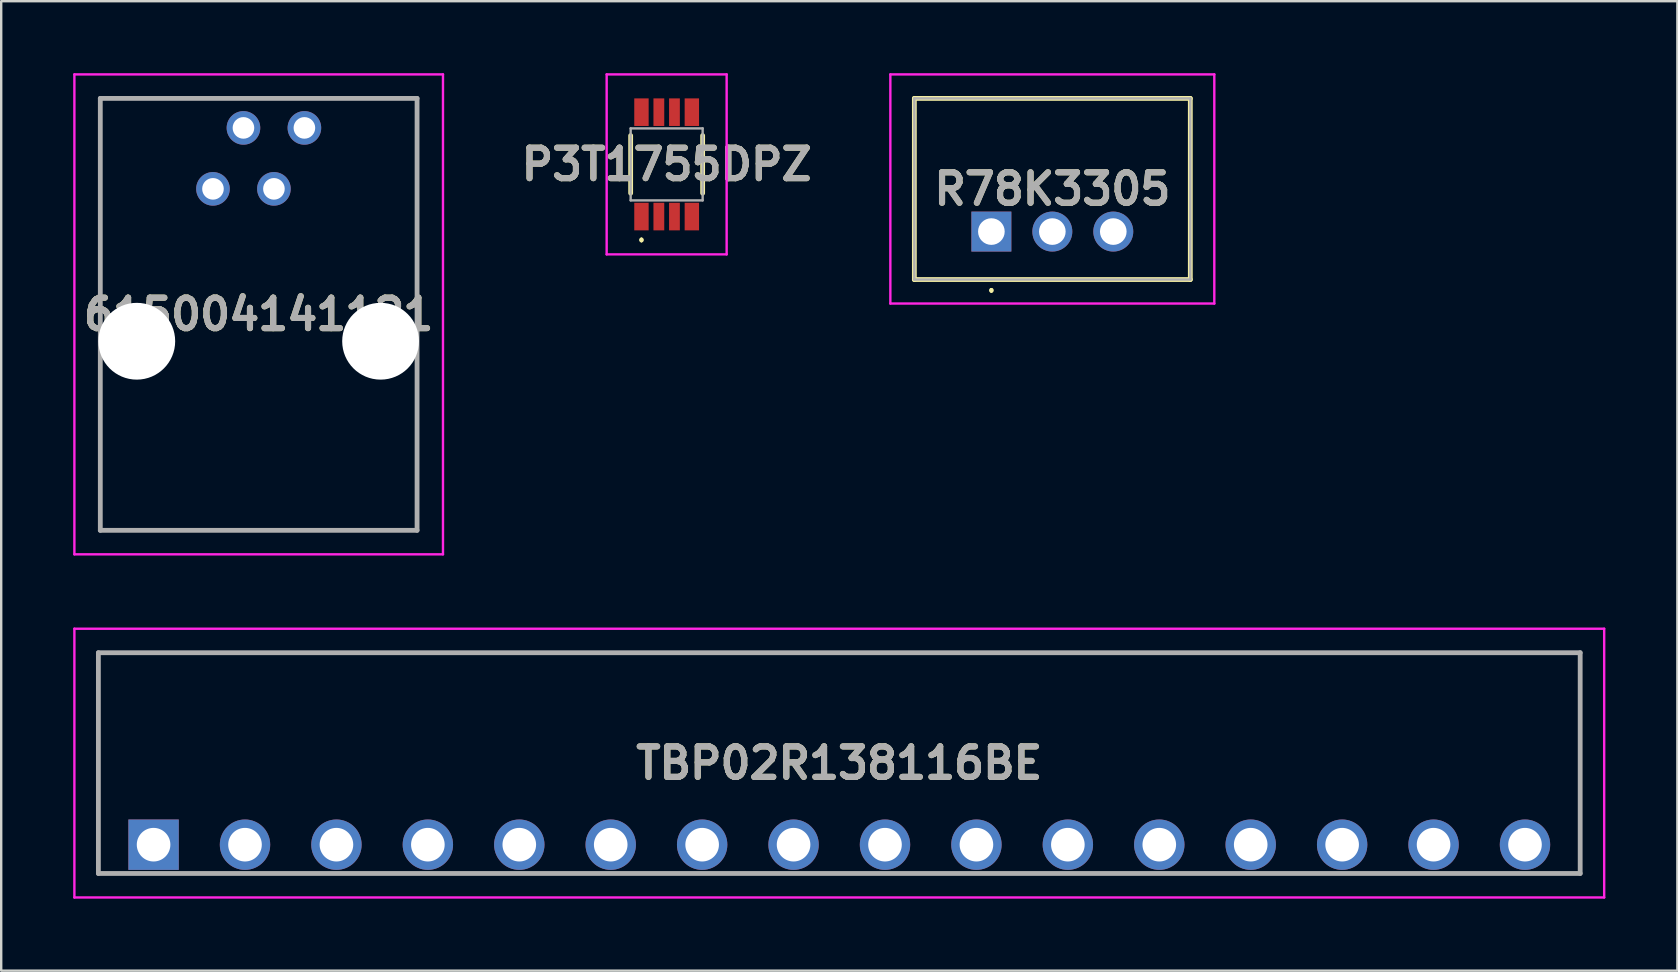
<source format=kicad_pcb>
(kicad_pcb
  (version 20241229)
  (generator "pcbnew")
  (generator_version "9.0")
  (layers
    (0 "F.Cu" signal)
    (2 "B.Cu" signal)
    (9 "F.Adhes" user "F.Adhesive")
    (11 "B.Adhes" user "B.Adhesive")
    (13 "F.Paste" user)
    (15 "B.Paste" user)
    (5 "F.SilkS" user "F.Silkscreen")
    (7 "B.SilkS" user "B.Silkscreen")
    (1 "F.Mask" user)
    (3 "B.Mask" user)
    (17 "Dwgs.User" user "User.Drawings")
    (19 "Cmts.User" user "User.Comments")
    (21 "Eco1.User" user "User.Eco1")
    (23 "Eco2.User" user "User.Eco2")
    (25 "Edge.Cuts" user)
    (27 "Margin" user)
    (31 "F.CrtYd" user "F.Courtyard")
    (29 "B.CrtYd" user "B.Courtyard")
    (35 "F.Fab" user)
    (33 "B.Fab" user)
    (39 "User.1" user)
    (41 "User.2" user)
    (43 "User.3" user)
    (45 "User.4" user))
  (footprint "P3T1755DPZ"
    (layer "F.Cu")
    (at 24.731 3.8)
    (property "Reference" "P3T1755DPZ" (at 0 0 0) (layer "F.SilkS") (effects (font (size 1.27 1.27) (thickness 0.254))))
    (attr smd)
    (fp_line (start -1.5 -1.2) (end -1.5 1.2) (stroke (width 0.2) (type solid)) (layer "F.SilkS"))
    (fp_line (start -1.05 3.1) (end -1.05 3.1) (stroke (width 0.1) (type solid)) (layer "F.SilkS"))
    (fp_line (start -1.05 3.2) (end -1.05 3.2) (stroke (width 0.1) (type solid)) (layer "F.SilkS"))
    (fp_line (start 1.5 -1.2) (end 1.5 1.2) (stroke (width 0.2) (type solid)) (layer "F.SilkS"))
    (fp_arc (start -1.05 3.1) (mid -1 3.15) (end -1.05 3.2) (stroke (width 0.1) (type solid)) (layer "F.SilkS"))
    (fp_arc (start -1.05 3.2) (mid -1.1 3.15) (end -1.05 3.1) (stroke (width 0.1) (type solid)) (layer "F.SilkS"))
    (fp_line (start -2.5 -3.75) (end 2.5 -3.75) (stroke (width 0.1) (type solid)) (layer "F.CrtYd"))
    (fp_line (start -2.5 3.75) (end -2.5 -3.75) (stroke (width 0.1) (type solid)) (layer "F.CrtYd"))
    (fp_line (start 2.5 -3.75) (end 2.5 3.75) (stroke (width 0.1) (type solid)) (layer "F.CrtYd"))
    (fp_line (start 2.5 3.75) (end -2.5 3.75) (stroke (width 0.1) (type solid)) (layer "F.CrtYd"))
    (fp_line (start -1.5 -1.5) (end 1.5 -1.5) (stroke (width 0.1) (type solid)) (layer "F.Fab"))
    (fp_line (start -1.5 1.5) (end -1.5 -1.5) (stroke (width 0.1) (type solid)) (layer "F.Fab"))
    (fp_line (start 1.5 -1.5) (end 1.5 1.5) (stroke (width 0.1) (type solid)) (layer "F.Fab"))
    (fp_line (start 1.5 1.5) (end -1.5 1.5) (stroke (width 0.1) (type solid)) (layer "F.Fab"))
    (fp_text user "${REFERENCE}" (at 0 0 0) (layer "F.Fab") (effects (font (size 1.27 1.27) (thickness 0.254))))
    (pad "1" smd rect (at -1.05 2.175) (size 0.6 1.15) (layers "F.Cu" "F.Mask" "F.Paste"))
    (pad "2" smd rect (at -0.325 2.175) (size 0.45 1.15) (layers "F.Cu" "F.Mask" "F.Paste"))
    (pad "3" smd rect (at 0.325 2.175) (size 0.45 1.15) (layers "F.Cu" "F.Mask" "F.Paste"))
    (pad "4" smd rect (at 1.05 2.175) (size 0.6 1.15) (layers "F.Cu" "F.Mask" "F.Paste"))
    (pad "5" smd rect (at 1.05 -2.175) (size 0.6 1.15) (layers "F.Cu" "F.Mask" "F.Paste"))
    (pad "6" smd rect (at 0.325 -2.175) (size 0.45 1.15) (layers "F.Cu" "F.Mask" "F.Paste"))
    (pad "7" smd rect (at -0.325 -2.175) (size 0.45 1.15) (layers "F.Cu" "F.Mask" "F.Paste"))
    (pad "8" smd rect (at -1.05 -2.175) (size 0.6 1.15) (layers "F.Cu" "F.Mask" "F.Paste")))
  (footprint "TBP02R138116BE"
    (layer "F.Cu")
    (at 3.35 32.15)
    (property "Reference" "TBP02R138116BE" (at 28.575 -3.4 0) (layer "F.SilkS") (effects (font (size 1.27 1.27) (thickness 0.254))))
    (attr through_hole)
    (fp_line (start -2.3 -8) (end 59.45 -8) (stroke (width 0.1) (type solid)) (layer "F.SilkS"))
    (fp_line (start -2.3 1.2) (end -2.3 -8) (stroke (width 0.1) (type solid)) (layer "F.SilkS"))
    (fp_line (start 59.45 -8) (end 59.45 1.2) (stroke (width 0.1) (type solid)) (layer "F.SilkS"))
    (fp_line (start 59.45 1.2) (end -2.3 1.2) (stroke (width 0.1) (type solid)) (layer "F.SilkS"))
    (fp_line (start -3.3 -9) (end 60.45 -9) (stroke (width 0.1) (type solid)) (layer "F.CrtYd"))
    (fp_line (start -3.3 2.2) (end -3.3 -9) (stroke (width 0.1) (type solid)) (layer "F.CrtYd"))
    (fp_line (start 60.45 -9) (end 60.45 2.2) (stroke (width 0.1) (type solid)) (layer "F.CrtYd"))
    (fp_line (start 60.45 2.2) (end -3.3 2.2) (stroke (width 0.1) (type solid)) (layer "F.CrtYd"))
    (fp_line (start -2.3 -8) (end -2.3 1.2) (stroke (width 0.2) (type solid)) (layer "F.Fab"))
    (fp_line (start -2.3 1.2) (end 59.45 1.2) (stroke (width 0.2) (type solid)) (layer "F.Fab"))
    (fp_line (start 59.45 -8) (end -2.3 -8) (stroke (width 0.2) (type solid)) (layer "F.Fab"))
    (fp_line (start 59.45 1.2) (end 59.45 -8) (stroke (width 0.2) (type solid)) (layer "F.Fab"))
    (fp_text user "${REFERENCE}" (at 28.575 -3.4 0) (layer "F.Fab") (effects (font (size 1.27 1.27) (thickness 0.254))))
    (pad "1" thru_hole rect (at 0 0) (size 2.1 2.1) (drill 1.4) (layers "*.Cu" "*.Mask"))
    (pad "2" thru_hole circle (at 3.81 0) (size 2.1 2.1) (drill 1.4) (layers "*.Cu" "*.Mask"))
    (pad "3" thru_hole circle (at 7.62 0) (size 2.1 2.1) (drill 1.4) (layers "*.Cu" "*.Mask"))
    (pad "4" thru_hole circle (at 11.43 0) (size 2.1 2.1) (drill 1.4) (layers "*.Cu" "*.Mask"))
    (pad "5" thru_hole circle (at 15.24 0) (size 2.1 2.1) (drill 1.4) (layers "*.Cu" "*.Mask"))
    (pad "6" thru_hole circle (at 19.05 0) (size 2.1 2.1) (drill 1.4) (layers "*.Cu" "*.Mask"))
    (pad "7" thru_hole circle (at 22.86 0) (size 2.1 2.1) (drill 1.4) (layers "*.Cu" "*.Mask"))
    (pad "8" thru_hole circle (at 26.67 0) (size 2.1 2.1) (drill 1.4) (layers "*.Cu" "*.Mask"))
    (pad "9" thru_hole circle (at 30.48 0) (size 2.1 2.1) (drill 1.4) (layers "*.Cu" "*.Mask"))
    (pad "10" thru_hole circle (at 34.29 0) (size 2.1 2.1) (drill 1.4) (layers "*.Cu" "*.Mask"))
    (pad "11" thru_hole circle (at 38.1 0) (size 2.1 2.1) (drill 1.4) (layers "*.Cu" "*.Mask"))
    (pad "12" thru_hole circle (at 41.91 0) (size 2.1 2.1) (drill 1.4) (layers "*.Cu" "*.Mask"))
    (pad "13" thru_hole circle (at 45.72 0) (size 2.1 2.1) (drill 1.4) (layers "*.Cu" "*.Mask"))
    (pad "14" thru_hole circle (at 49.53 0) (size 2.1 2.1) (drill 1.4) (layers "*.Cu" "*.Mask"))
    (pad "15" thru_hole circle (at 53.34 0) (size 2.1 2.1) (drill 1.4) (layers "*.Cu" "*.Mask"))
    (pad "16" thru_hole circle (at 57.15 0) (size 2.1 2.1) (drill 1.4) (layers "*.Cu" "*.Mask")))
  (footprint "R78K3305"
    (layer "F.Cu")
    (at 38.263 6.6)
    (property "Reference" "R78K3305" (at 2.54 -1.775 0) (layer "F.SilkS") (effects (font (size 1.27 1.27) (thickness 0.254))))
    (attr through_hole)
    (fp_line (start -3.21 -5.55) (end -3.21 2) (stroke (width 0.2) (type solid)) (layer "F.SilkS"))
    (fp_line (start -3.21 2) (end 8.29 2) (stroke (width 0.2) (type solid)) (layer "F.SilkS"))
    (fp_line (start 0 2.4) (end 0 2.4) (stroke (width 0.1) (type solid)) (layer "F.SilkS"))
    (fp_line (start 0 2.5) (end 0 2.5) (stroke (width 0.1) (type solid)) (layer "F.SilkS"))
    (fp_line (start 8.29 -5.55) (end -3.21 -5.55) (stroke (width 0.2) (type solid)) (layer "F.SilkS"))
    (fp_line (start 8.29 2) (end 8.29 -5.55) (stroke (width 0.2) (type solid)) (layer "F.SilkS"))
    (fp_arc (start 0 2.4) (mid 0.05 2.45) (end 0 2.5) (stroke (width 0.1) (type solid)) (layer "F.SilkS"))
    (fp_arc (start 0 2.5) (mid -0.05 2.45) (end 0 2.4) (stroke (width 0.1) (type solid)) (layer "F.SilkS"))
    (fp_line (start -4.21 -6.55) (end 9.29 -6.55) (stroke (width 0.1) (type solid)) (layer "F.CrtYd"))
    (fp_line (start -4.21 3) (end -4.21 -6.55) (stroke (width 0.1) (type solid)) (layer "F.CrtYd"))
    (fp_line (start 9.29 -6.55) (end 9.29 3) (stroke (width 0.1) (type solid)) (layer "F.CrtYd"))
    (fp_line (start 9.29 3) (end -4.21 3) (stroke (width 0.1) (type solid)) (layer "F.CrtYd"))
    (fp_line (start -3.21 -5.55) (end -3.21 2) (stroke (width 0.1) (type solid)) (layer "F.Fab"))
    (fp_line (start -3.21 2) (end 8.29 2) (stroke (width 0.1) (type solid)) (layer "F.Fab"))
    (fp_line (start 8.29 -5.55) (end -3.21 -5.55) (stroke (width 0.1) (type solid)) (layer "F.Fab"))
    (fp_line (start 8.29 2) (end 8.29 -5.55) (stroke (width 0.1) (type solid)) (layer "F.Fab"))
    (fp_text user "${REFERENCE}" (at 2.54 -1.775 0) (layer "F.Fab") (effects (font (size 1.27 1.27) (thickness 0.254))))
    (pad "1" thru_hole rect (at 0 0) (size 1.665 1.665) (drill 1.11) (layers "*.Cu" "*.Mask"))
    (pad "2" thru_hole circle (at 2.54 0) (size 1.665 1.665) (drill 1.11) (layers "*.Cu" "*.Mask"))
    (pad "3" thru_hole circle (at 5.08 0) (size 1.665 1.665) (drill 1.11) (layers "*.Cu" "*.Mask")))
  (footprint "615004141121"
    (layer "F.Cu")
    (at 7.73 11.17)
    (property "Reference" "615004141121" (at 0 -1.12 0) (layer "F.SilkS") (effects (font (size 1.27 1.27) (thickness 0.254))))
    (attr through_hole)
    (fp_line (start -6.6 -10.12) (end 6.6 -10.12) (stroke (width 0.1) (type solid)) (layer "F.SilkS"))
    (fp_line (start -6.6 -1.5) (end -6.6 -10.12) (stroke (width 0.1) (type solid)) (layer "F.SilkS"))
    (fp_line (start -6.6 1.5) (end -6.6 7.88) (stroke (width 0.1) (type solid)) (layer "F.SilkS"))
    (fp_line (start -6.6 7.88) (end 6.6 7.88) (stroke (width 0.1) (type solid)) (layer "F.SilkS"))
    (fp_line (start 6.6 -10.12) (end 6.6 -1.5) (stroke (width 0.1) (type solid)) (layer "F.SilkS"))
    (fp_line (start 6.6 7.88) (end 6.6 1.5) (stroke (width 0.1) (type solid)) (layer "F.SilkS"))
    (fp_line (start -7.68 -11.12) (end 7.68 -11.12) (stroke (width 0.1) (type solid)) (layer "F.CrtYd"))
    (fp_line (start -7.68 8.88) (end -7.68 -11.12) (stroke (width 0.1) (type solid)) (layer "F.CrtYd"))
    (fp_line (start 7.68 -11.12) (end 7.68 8.88) (stroke (width 0.1) (type solid)) (layer "F.CrtYd"))
    (fp_line (start 7.68 8.88) (end -7.68 8.88) (stroke (width 0.1) (type solid)) (layer "F.CrtYd"))
    (fp_line (start -6.6 -10.12) (end 6.6 -10.12) (stroke (width 0.2) (type solid)) (layer "F.Fab"))
    (fp_line (start -6.6 7.88) (end -6.6 -10.12) (stroke (width 0.2) (type solid)) (layer "F.Fab"))
    (fp_line (start 6.6 -10.12) (end 6.6 7.88) (stroke (width 0.2) (type solid)) (layer "F.Fab"))
    (fp_line (start 6.6 7.88) (end -6.6 7.88) (stroke (width 0.2) (type solid)) (layer "F.Fab"))
    (fp_text user "${REFERENCE}" (at 0 -1.12 0) (layer "F.Fab") (effects (font (size 1.27 1.27) (thickness 0.254))))
    (pad "" np_thru_hole circle (at -5.08 0) (size 3.2 3.2) (drill 3.2) (layers "*.Cu" "*.Mask"))
    (pad "" np_thru_hole circle (at 5.08 0) (size 3.2 3.2) (drill 3.2) (layers "*.Cu" "*.Mask"))
    (pad "1" thru_hole circle (at -1.905 -6.35) (size 1.4 1.4) (drill 0.9) (layers "*.Cu" "*.Mask"))
    (pad "2" thru_hole circle (at -0.635 -8.89) (size 1.4 1.4) (drill 0.9) (layers "*.Cu" "*.Mask"))
    (pad "3" thru_hole circle (at 0.635 -6.35) (size 1.4 1.4) (drill 0.9) (layers "*.Cu" "*.Mask"))
    (pad "4" thru_hole circle (at 1.905 -8.89) (size 1.4 1.4) (drill 0.9) (layers "*.Cu" "*.Mask")))
  (gr_rect
    (start -3 -3)
    (end 66.85 37.4)
    (stroke (width 0.1) (type default))
    (fill no)
    (layer "Edge.Cuts")))
</source>
